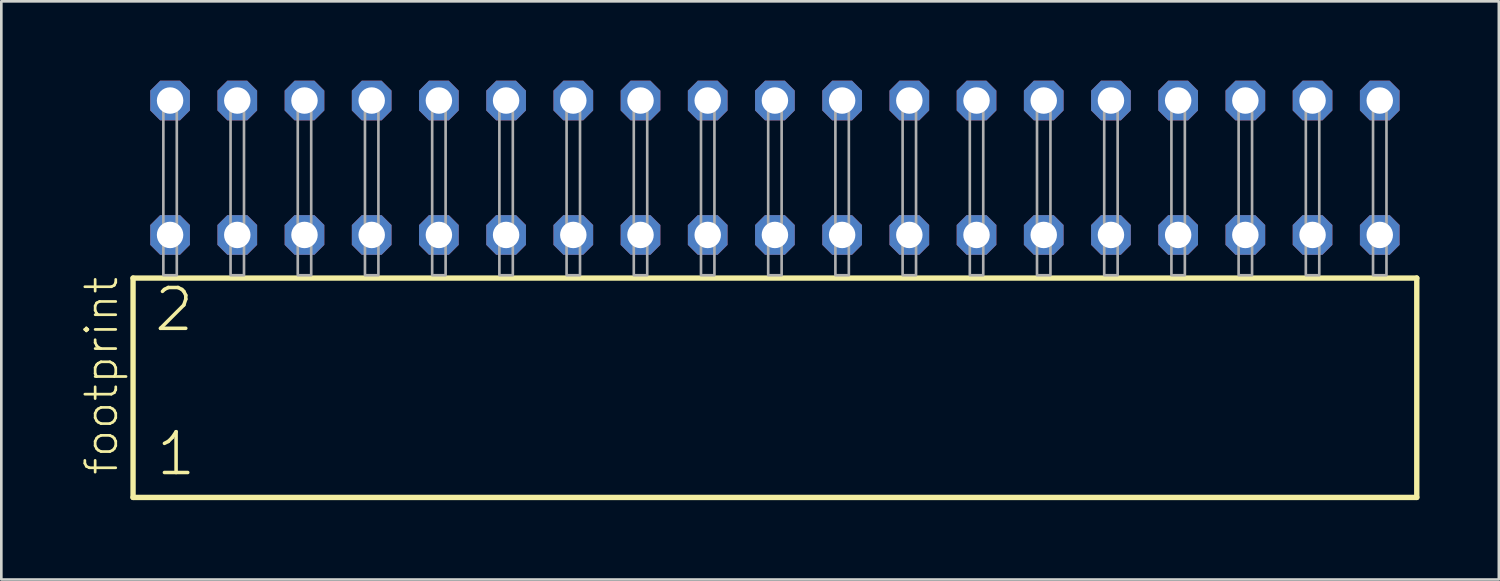
<source format=kicad_pcb>
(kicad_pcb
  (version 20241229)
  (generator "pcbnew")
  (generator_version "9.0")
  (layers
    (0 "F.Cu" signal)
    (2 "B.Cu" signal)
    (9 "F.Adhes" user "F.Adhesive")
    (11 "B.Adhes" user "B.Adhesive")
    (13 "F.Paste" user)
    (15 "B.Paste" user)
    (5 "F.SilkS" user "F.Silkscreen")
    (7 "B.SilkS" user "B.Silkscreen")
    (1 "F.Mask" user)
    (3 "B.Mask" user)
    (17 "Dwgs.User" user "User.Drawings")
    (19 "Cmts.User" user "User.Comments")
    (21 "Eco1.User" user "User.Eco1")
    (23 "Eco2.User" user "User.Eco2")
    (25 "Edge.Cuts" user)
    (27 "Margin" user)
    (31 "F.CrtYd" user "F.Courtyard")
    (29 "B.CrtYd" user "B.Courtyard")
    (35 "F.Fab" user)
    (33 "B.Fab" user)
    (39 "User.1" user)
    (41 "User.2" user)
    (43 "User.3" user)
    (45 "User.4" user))
  (footprint "footprint"
    (layer "F.Cu")
    (at 26.238 7.354)
    (property "Reference" "footprint" (at -24.765 7.62 90) (layer "F.SilkS") (effects (font (size 1.168 1.168) (thickness 0.102)) (justify left bottom)))
    (fp_line (start -24.259 0.106) (end -24.259 8.396) (stroke (width 0.203) (type solid)) (layer "F.SilkS"))
    (fp_line (start -24.259 8.396) (end 24.259 8.396) (stroke (width 0.203) (type solid)) (layer "F.SilkS"))
    (fp_line (start 24.259 0.106) (end -24.259 0.106) (stroke (width 0.203) (type solid)) (layer "F.SilkS"))
    (fp_line (start 24.259 8.396) (end 24.259 0.106) (stroke (width 0.203) (type solid)) (layer "F.SilkS"))
    (fp_poly (pts (xy -23.114 0) (xy -22.606 0) (xy -22.606 -6.858) (xy -23.114 -6.858)) (stroke (width 0.1) (type solid)) (fill no) (layer "F.Fab"))
    (fp_poly (pts (xy -20.574 0) (xy -20.066 0) (xy -20.066 -6.858) (xy -20.574 -6.858)) (stroke (width 0.1) (type solid)) (fill no) (layer "F.Fab"))
    (fp_poly (pts (xy -18.034 0) (xy -17.526 0) (xy -17.526 -6.858) (xy -18.034 -6.858)) (stroke (width 0.1) (type solid)) (fill no) (layer "F.Fab"))
    (fp_poly (pts (xy -15.494 0) (xy -14.986 0) (xy -14.986 -6.858) (xy -15.494 -6.858)) (stroke (width 0.1) (type solid)) (fill no) (layer "F.Fab"))
    (fp_poly (pts (xy -12.954 0) (xy -12.446 0) (xy -12.446 -6.858) (xy -12.954 -6.858)) (stroke (width 0.1) (type solid)) (fill no) (layer "F.Fab"))
    (fp_poly (pts (xy -10.414 0) (xy -9.906 0) (xy -9.906 -6.858) (xy -10.414 -6.858)) (stroke (width 0.1) (type solid)) (fill no) (layer "F.Fab"))
    (fp_poly (pts (xy -7.874 0) (xy -7.366 0) (xy -7.366 -6.858) (xy -7.874 -6.858)) (stroke (width 0.1) (type solid)) (fill no) (layer "F.Fab"))
    (fp_poly (pts (xy -5.334 0) (xy -4.826 0) (xy -4.826 -6.858) (xy -5.334 -6.858)) (stroke (width 0.1) (type solid)) (fill no) (layer "F.Fab"))
    (fp_poly (pts (xy -2.794 0) (xy -2.286 0) (xy -2.286 -6.858) (xy -2.794 -6.858)) (stroke (width 0.1) (type solid)) (fill no) (layer "F.Fab"))
    (fp_poly (pts (xy -0.254 0) (xy 0.254 0) (xy 0.254 -6.858) (xy -0.254 -6.858)) (stroke (width 0.1) (type solid)) (fill no) (layer "F.Fab"))
    (fp_poly (pts (xy 2.286 0) (xy 2.794 0) (xy 2.794 -6.858) (xy 2.286 -6.858)) (stroke (width 0.1) (type solid)) (fill no) (layer "F.Fab"))
    (fp_poly (pts (xy 4.826 0) (xy 5.334 0) (xy 5.334 -6.858) (xy 4.826 -6.858)) (stroke (width 0.1) (type solid)) (fill no) (layer "F.Fab"))
    (fp_poly (pts (xy 7.366 0) (xy 7.874 0) (xy 7.874 -6.858) (xy 7.366 -6.858)) (stroke (width 0.1) (type solid)) (fill no) (layer "F.Fab"))
    (fp_poly (pts (xy 9.906 0) (xy 10.414 0) (xy 10.414 -6.858) (xy 9.906 -6.858)) (stroke (width 0.1) (type solid)) (fill no) (layer "F.Fab"))
    (fp_poly (pts (xy 12.446 0) (xy 12.954 0) (xy 12.954 -6.858) (xy 12.446 -6.858)) (stroke (width 0.1) (type solid)) (fill no) (layer "F.Fab"))
    (fp_poly (pts (xy 14.986 0) (xy 15.494 0) (xy 15.494 -6.858) (xy 14.986 -6.858)) (stroke (width 0.1) (type solid)) (fill no) (layer "F.Fab"))
    (fp_poly (pts (xy 17.526 0) (xy 18.034 0) (xy 18.034 -6.858) (xy 17.526 -6.858)) (stroke (width 0.1) (type solid)) (fill no) (layer "F.Fab"))
    (fp_poly (pts (xy 20.066 0) (xy 20.574 0) (xy 20.574 -6.858) (xy 20.066 -6.858)) (stroke (width 0.1) (type solid)) (fill no) (layer "F.Fab"))
    (fp_poly (pts (xy 22.606 0) (xy 23.114 0) (xy 23.114 -6.858) (xy 22.606 -6.858)) (stroke (width 0.1) (type solid)) (fill no) (layer "F.Fab"))
    (fp_text user "2" (at -23.53 2.2 0) (layer "F.SilkS") (effects (font (size 1.542 1.542) (thickness 0.134)) (justify left bottom)))
    (fp_text user "1" (at -23.455 7.65 0) (layer "F.SilkS") (effects (font (size 1.542 1.542) (thickness 0.134)) (justify left bottom)))
    (pad "1" thru_hole roundrect (at -22.86 -1.524) (size 1.5 1.5) (drill 1) (layers "*.Cu" "*.Mask") (roundrect_rratio 0.25) (chamfer_ratio 0.25) (chamfer top_left top_right bottom_left bottom_right))
    (pad "2" thru_hole roundrect (at -22.86 -6.604) (size 1.5 1.5) (drill 1) (layers "*.Cu" "*.Mask") (roundrect_rratio 0.25) (chamfer_ratio 0.25) (chamfer top_left top_right bottom_left bottom_right))
    (pad "3" thru_hole roundrect (at -20.32 -1.524) (size 1.5 1.5) (drill 1) (layers "*.Cu" "*.Mask") (roundrect_rratio 0.25) (chamfer_ratio 0.25) (chamfer top_left top_right bottom_left bottom_right))
    (pad "4" thru_hole roundrect (at -20.32 -6.604) (size 1.5 1.5) (drill 1) (layers "*.Cu" "*.Mask") (roundrect_rratio 0.25) (chamfer_ratio 0.25) (chamfer top_left top_right bottom_left bottom_right))
    (pad "5" thru_hole roundrect (at -17.78 -1.524) (size 1.5 1.5) (drill 1) (layers "*.Cu" "*.Mask") (roundrect_rratio 0.25) (chamfer_ratio 0.25) (chamfer top_left top_right bottom_left bottom_right))
    (pad "6" thru_hole roundrect (at -17.78 -6.604) (size 1.5 1.5) (drill 1) (layers "*.Cu" "*.Mask") (roundrect_rratio 0.25) (chamfer_ratio 0.25) (chamfer top_left top_right bottom_left bottom_right))
    (pad "7" thru_hole roundrect (at -15.24 -1.524) (size 1.5 1.5) (drill 1) (layers "*.Cu" "*.Mask") (roundrect_rratio 0.25) (chamfer_ratio 0.25) (chamfer top_left top_right bottom_left bottom_right))
    (pad "8" thru_hole roundrect (at -15.24 -6.604) (size 1.5 1.5) (drill 1) (layers "*.Cu" "*.Mask") (roundrect_rratio 0.25) (chamfer_ratio 0.25) (chamfer top_left top_right bottom_left bottom_right))
    (pad "9" thru_hole roundrect (at -12.7 -1.524) (size 1.5 1.5) (drill 1) (layers "*.Cu" "*.Mask") (roundrect_rratio 0.25) (chamfer_ratio 0.25) (chamfer top_left top_right bottom_left bottom_right))
    (pad "10" thru_hole roundrect (at -12.7 -6.604) (size 1.5 1.5) (drill 1) (layers "*.Cu" "*.Mask") (roundrect_rratio 0.25) (chamfer_ratio 0.25) (chamfer top_left top_right bottom_left bottom_right))
    (pad "11" thru_hole roundrect (at -10.16 -1.524) (size 1.5 1.5) (drill 1) (layers "*.Cu" "*.Mask") (roundrect_rratio 0.25) (chamfer_ratio 0.25) (chamfer top_left top_right bottom_left bottom_right))
    (pad "12" thru_hole roundrect (at -10.16 -6.604) (size 1.5 1.5) (drill 1) (layers "*.Cu" "*.Mask") (roundrect_rratio 0.25) (chamfer_ratio 0.25) (chamfer top_left top_right bottom_left bottom_right))
    (pad "13" thru_hole roundrect (at -7.62 -1.524) (size 1.5 1.5) (drill 1) (layers "*.Cu" "*.Mask") (roundrect_rratio 0.25) (chamfer_ratio 0.25) (chamfer top_left top_right bottom_left bottom_right))
    (pad "14" thru_hole roundrect (at -7.62 -6.604) (size 1.5 1.5) (drill 1) (layers "*.Cu" "*.Mask") (roundrect_rratio 0.25) (chamfer_ratio 0.25) (chamfer top_left top_right bottom_left bottom_right))
    (pad "15" thru_hole roundrect (at -5.08 -1.524) (size 1.5 1.5) (drill 1) (layers "*.Cu" "*.Mask") (roundrect_rratio 0.25) (chamfer_ratio 0.25) (chamfer top_left top_right bottom_left bottom_right))
    (pad "16" thru_hole roundrect (at -5.08 -6.604) (size 1.5 1.5) (drill 1) (layers "*.Cu" "*.Mask") (roundrect_rratio 0.25) (chamfer_ratio 0.25) (chamfer top_left top_right bottom_left bottom_right))
    (pad "17" thru_hole roundrect (at -2.54 -1.524) (size 1.5 1.5) (drill 1) (layers "*.Cu" "*.Mask") (roundrect_rratio 0.25) (chamfer_ratio 0.25) (chamfer top_left top_right bottom_left bottom_right))
    (pad "18" thru_hole roundrect (at -2.54 -6.604) (size 1.5 1.5) (drill 1) (layers "*.Cu" "*.Mask") (roundrect_rratio 0.25) (chamfer_ratio 0.25) (chamfer top_left top_right bottom_left bottom_right))
    (pad "19" thru_hole roundrect (at 0 -1.524) (size 1.5 1.5) (drill 1) (layers "*.Cu" "*.Mask") (roundrect_rratio 0.25) (chamfer_ratio 0.25) (chamfer top_left top_right bottom_left bottom_right))
    (pad "20" thru_hole roundrect (at 0 -6.604) (size 1.5 1.5) (drill 1) (layers "*.Cu" "*.Mask") (roundrect_rratio 0.25) (chamfer_ratio 0.25) (chamfer top_left top_right bottom_left bottom_right))
    (pad "21" thru_hole roundrect (at 2.54 -1.524) (size 1.5 1.5) (drill 1) (layers "*.Cu" "*.Mask") (roundrect_rratio 0.25) (chamfer_ratio 0.25) (chamfer top_left top_right bottom_left bottom_right))
    (pad "22" thru_hole roundrect (at 2.54 -6.604) (size 1.5 1.5) (drill 1) (layers "*.Cu" "*.Mask") (roundrect_rratio 0.25) (chamfer_ratio 0.25) (chamfer top_left top_right bottom_left bottom_right))
    (pad "23" thru_hole roundrect (at 5.08 -1.524) (size 1.5 1.5) (drill 1) (layers "*.Cu" "*.Mask") (roundrect_rratio 0.25) (chamfer_ratio 0.25) (chamfer top_left top_right bottom_left bottom_right))
    (pad "24" thru_hole roundrect (at 5.08 -6.604) (size 1.5 1.5) (drill 1) (layers "*.Cu" "*.Mask") (roundrect_rratio 0.25) (chamfer_ratio 0.25) (chamfer top_left top_right bottom_left bottom_right))
    (pad "25" thru_hole roundrect (at 7.62 -1.524) (size 1.5 1.5) (drill 1) (layers "*.Cu" "*.Mask") (roundrect_rratio 0.25) (chamfer_ratio 0.25) (chamfer top_left top_right bottom_left bottom_right))
    (pad "26" thru_hole roundrect (at 7.62 -6.604) (size 1.5 1.5) (drill 1) (layers "*.Cu" "*.Mask") (roundrect_rratio 0.25) (chamfer_ratio 0.25) (chamfer top_left top_right bottom_left bottom_right))
    (pad "27" thru_hole roundrect (at 10.16 -1.524) (size 1.5 1.5) (drill 1) (layers "*.Cu" "*.Mask") (roundrect_rratio 0.25) (chamfer_ratio 0.25) (chamfer top_left top_right bottom_left bottom_right))
    (pad "28" thru_hole roundrect (at 10.16 -6.604) (size 1.5 1.5) (drill 1) (layers "*.Cu" "*.Mask") (roundrect_rratio 0.25) (chamfer_ratio 0.25) (chamfer top_left top_right bottom_left bottom_right))
    (pad "29" thru_hole roundrect (at 12.7 -1.524) (size 1.5 1.5) (drill 1) (layers "*.Cu" "*.Mask") (roundrect_rratio 0.25) (chamfer_ratio 0.25) (chamfer top_left top_right bottom_left bottom_right))
    (pad "30" thru_hole roundrect (at 12.7 -6.604) (size 1.5 1.5) (drill 1) (layers "*.Cu" "*.Mask") (roundrect_rratio 0.25) (chamfer_ratio 0.25) (chamfer top_left top_right bottom_left bottom_right))
    (pad "31" thru_hole roundrect (at 15.24 -1.524) (size 1.5 1.5) (drill 1) (layers "*.Cu" "*.Mask") (roundrect_rratio 0.25) (chamfer_ratio 0.25) (chamfer top_left top_right bottom_left bottom_right))
    (pad "32" thru_hole roundrect (at 15.24 -6.604) (size 1.5 1.5) (drill 1) (layers "*.Cu" "*.Mask") (roundrect_rratio 0.25) (chamfer_ratio 0.25) (chamfer top_left top_right bottom_left bottom_right))
    (pad "33" thru_hole roundrect (at 17.78 -1.524) (size 1.5 1.5) (drill 1) (layers "*.Cu" "*.Mask") (roundrect_rratio 0.25) (chamfer_ratio 0.25) (chamfer top_left top_right bottom_left bottom_right))
    (pad "34" thru_hole roundrect (at 17.78 -6.604) (size 1.5 1.5) (drill 1) (layers "*.Cu" "*.Mask") (roundrect_rratio 0.25) (chamfer_ratio 0.25) (chamfer top_left top_right bottom_left bottom_right))
    (pad "35" thru_hole roundrect (at 20.32 -1.524) (size 1.5 1.5) (drill 1) (layers "*.Cu" "*.Mask") (roundrect_rratio 0.25) (chamfer_ratio 0.25) (chamfer top_left top_right bottom_left bottom_right))
    (pad "36" thru_hole roundrect (at 20.32 -6.604) (size 1.5 1.5) (drill 1) (layers "*.Cu" "*.Mask") (roundrect_rratio 0.25) (chamfer_ratio 0.25) (chamfer top_left top_right bottom_left bottom_right))
    (pad "37" thru_hole roundrect (at 22.86 -1.524) (size 1.5 1.5) (drill 1) (layers "*.Cu" "*.Mask") (roundrect_rratio 0.25) (chamfer_ratio 0.25) (chamfer top_left top_right bottom_left bottom_right))
    (pad "38" thru_hole roundrect (at 22.86 -6.604) (size 1.5 1.5) (drill 1) (layers "*.Cu" "*.Mask") (roundrect_rratio 0.25) (chamfer_ratio 0.25) (chamfer top_left top_right bottom_left bottom_right)))
  (gr_rect
    (start -3 -3)
    (end 53.599 18.852)
    (stroke (width 0.1) (type default))
    (fill no)
    (layer "Edge.Cuts")))
</source>
